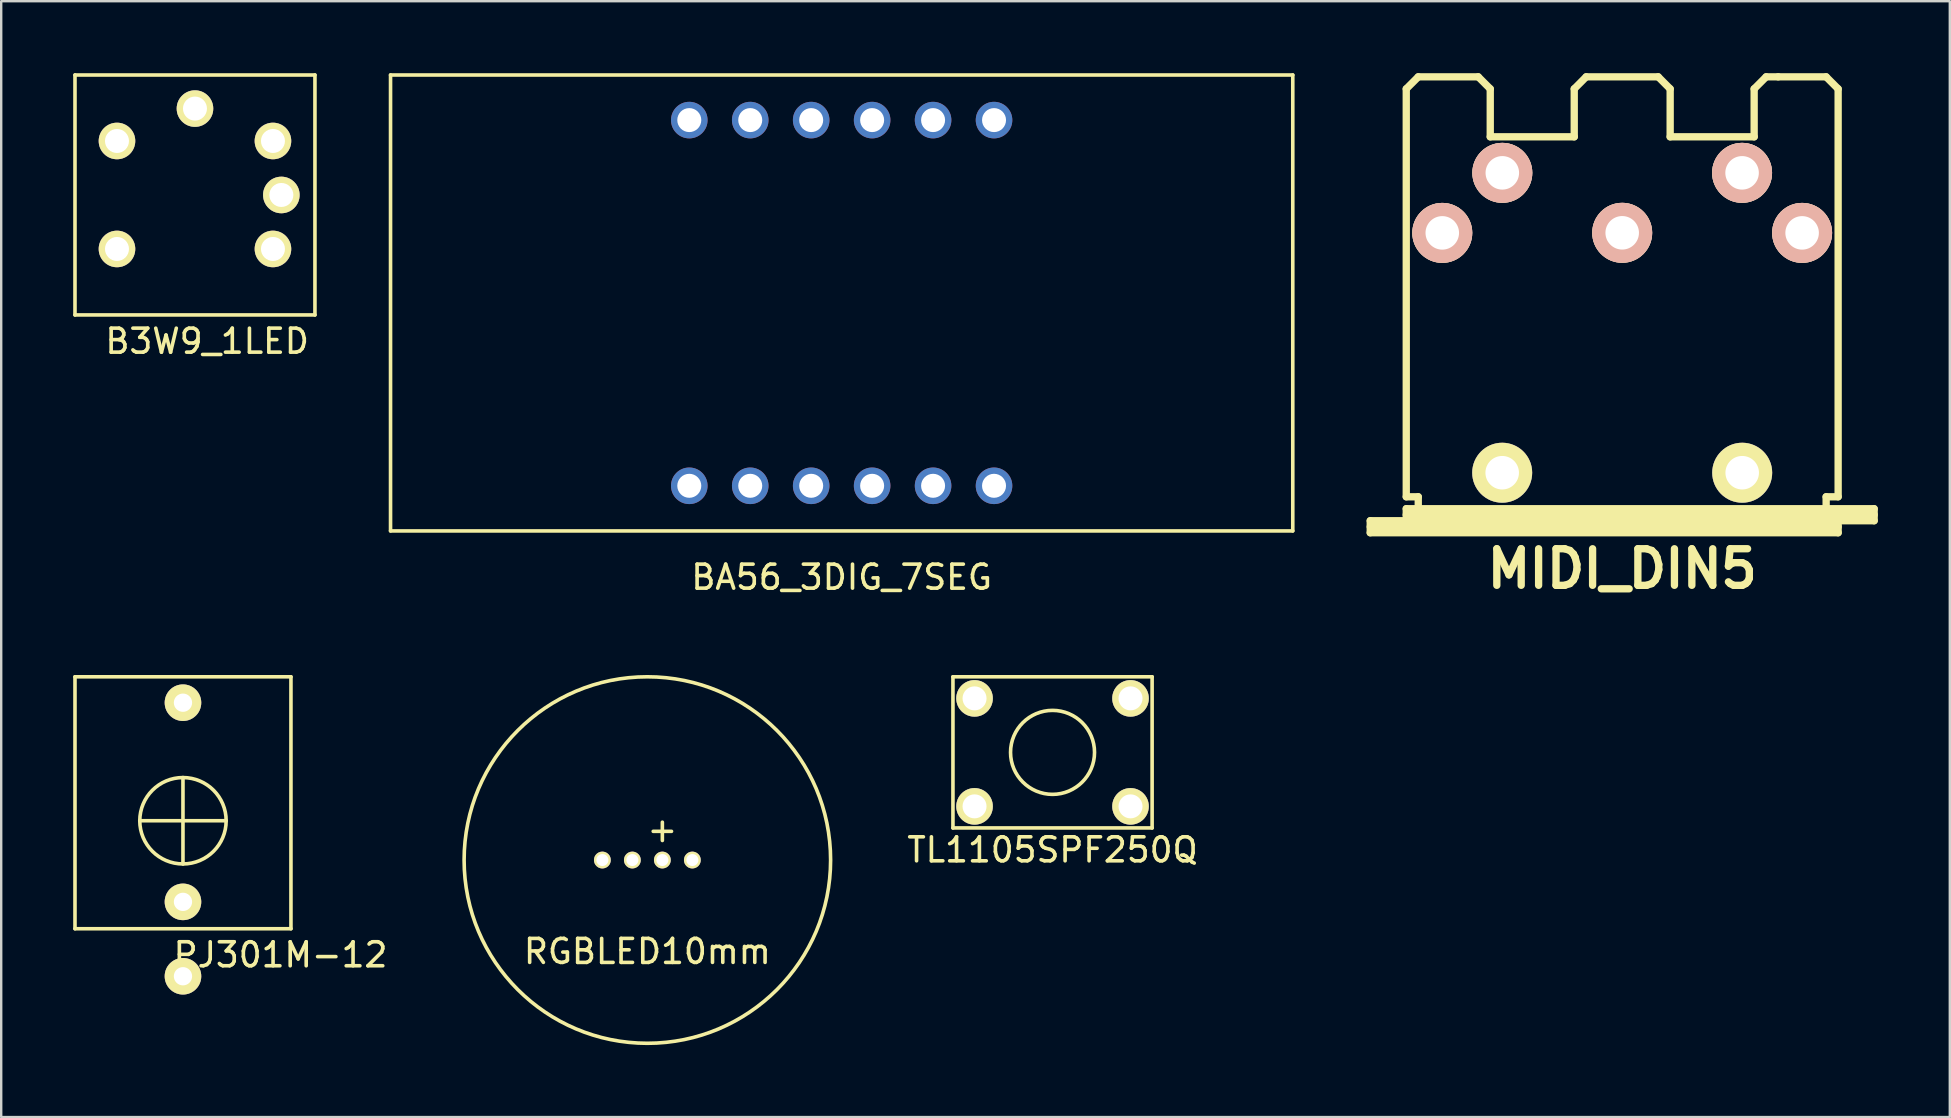
<source format=kicad_pcb>
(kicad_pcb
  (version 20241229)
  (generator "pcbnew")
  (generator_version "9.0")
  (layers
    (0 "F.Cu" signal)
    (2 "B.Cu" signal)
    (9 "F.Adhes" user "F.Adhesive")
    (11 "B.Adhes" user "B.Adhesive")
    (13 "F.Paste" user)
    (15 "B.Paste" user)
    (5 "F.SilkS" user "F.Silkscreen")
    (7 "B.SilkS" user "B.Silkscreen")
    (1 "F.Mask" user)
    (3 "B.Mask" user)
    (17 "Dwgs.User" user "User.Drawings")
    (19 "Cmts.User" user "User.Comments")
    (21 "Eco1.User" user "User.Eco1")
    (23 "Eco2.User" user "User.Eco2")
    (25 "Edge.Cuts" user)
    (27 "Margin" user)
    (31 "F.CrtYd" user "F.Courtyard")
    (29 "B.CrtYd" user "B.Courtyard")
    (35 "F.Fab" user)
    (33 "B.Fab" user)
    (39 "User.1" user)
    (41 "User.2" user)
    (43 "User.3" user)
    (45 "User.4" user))
  (footprint "TL1105SPF250Q"
    (layer "F.Cu")
    (at 40.813 28.304)
    (property "Reference" "TL1105SPF250Q" (at 0 4.064 0) (layer "F.SilkS") (effects (font (size 1 1) (thickness 0.15))))
    (attr through_hole)
    (fp_line (start -4.15 -3.15) (end -4.15 3.15) (stroke (width 0.15) (type solid)) (layer "F.SilkS"))
    (fp_line (start -4.15 -3.15) (end 4.15 -3.15) (stroke (width 0.15) (type solid)) (layer "F.SilkS"))
    (fp_line (start -4.15 3.15) (end 4.15 3.15) (stroke (width 0.15) (type solid)) (layer "F.SilkS"))
    (fp_line (start 4.15 -3.15) (end 4.15 3.15) (stroke (width 0.15) (type solid)) (layer "F.SilkS"))
    (fp_circle (center 0 0) (end 1.75 0) (stroke (width 0.15) (type solid)) (fill no) (layer "F.SilkS"))
    (pad "1" thru_hole circle (at -3.25 2.25) (size 1.524 1.524) (drill 1) (layers "*.Cu" "*.Mask" "F.SilkS"))
    (pad "2" thru_hole circle (at 3.25 2.25) (size 1.524 1.524) (drill 1) (layers "*.Cu" "*.Mask" "F.SilkS"))
    (pad "3" thru_hole circle (at -3.25 -2.25) (size 1.524 1.524) (drill 1) (layers "*.Cu" "*.Mask" "F.SilkS"))
    (pad "4" thru_hole circle (at 3.25 -2.25) (size 1.524 1.524) (drill 1) (layers "*.Cu" "*.Mask" "F.SilkS")))
  (footprint "MIDI_DIN5"
    (layer "F.Cu")
    (at 64.553 9.652)
    (property "Reference" "MIDI_DIN5" (at 0 11.001 0) (layer "F.SilkS") (effects (font (size 1.524 1.524) (thickness 0.305))))
    (attr through_hole)
    (fp_line (start -10.5 8.999) (end -8.999 8.999) (stroke (width 0.305) (type solid)) (layer "F.SilkS"))
    (fp_line (start -10.5 9.251) (end 8.999 9.251) (stroke (width 0.305) (type solid)) (layer "F.SilkS"))
    (fp_line (start -10.5 9.5) (end -10.5 8.999) (stroke (width 0.305) (type solid)) (layer "F.SilkS"))
    (fp_line (start -8.999 -8.999) (end -8.999 8.001) (stroke (width 0.305) (type solid)) (layer "F.SilkS"))
    (fp_line (start -8.999 -8.999) (end -8.499 -9.5) (stroke (width 0.305) (type solid)) (layer "F.SilkS"))
    (fp_line (start -8.999 8.001) (end -8.499 8.001) (stroke (width 0.305) (type solid)) (layer "F.SilkS"))
    (fp_line (start -8.999 8.499) (end 10.5 8.499) (stroke (width 0.305) (type solid)) (layer "F.SilkS"))
    (fp_line (start -8.999 8.75) (end 10.5 8.75) (stroke (width 0.305) (type solid)) (layer "F.SilkS"))
    (fp_line (start -8.999 8.999) (end -8.999 8.499) (stroke (width 0.305) (type solid)) (layer "F.SilkS"))
    (fp_line (start -8.499 -9.5) (end -5.999 -9.5) (stroke (width 0.305) (type solid)) (layer "F.SilkS"))
    (fp_line (start -8.499 8.001) (end -8.499 8.499) (stroke (width 0.305) (type solid)) (layer "F.SilkS"))
    (fp_line (start -5.999 -9.5) (end -5.499 -8.999) (stroke (width 0.305) (type solid)) (layer "F.SilkS"))
    (fp_line (start -5.499 -8.999) (end -5.499 -7) (stroke (width 0.305) (type solid)) (layer "F.SilkS"))
    (fp_line (start -5.499 -7) (end -1.999 -7) (stroke (width 0.305) (type solid)) (layer "F.SilkS"))
    (fp_line (start -1.999 -8.999) (end -1.999 -7) (stroke (width 0.305) (type solid)) (layer "F.SilkS"))
    (fp_line (start -1.501 -9.5) (end -1.999 -8.999) (stroke (width 0.305) (type solid)) (layer "F.SilkS"))
    (fp_line (start -1.501 -9.5) (end 1.501 -9.5) (stroke (width 0.305) (type solid)) (layer "F.SilkS"))
    (fp_line (start 1.501 -9.5) (end 1.999 -8.999) (stroke (width 0.305) (type solid)) (layer "F.SilkS"))
    (fp_line (start 1.999 -8.999) (end 1.999 -7) (stroke (width 0.305) (type solid)) (layer "F.SilkS"))
    (fp_line (start 5.499 -8.999) (end 5.499 -7) (stroke (width 0.305) (type solid)) (layer "F.SilkS"))
    (fp_line (start 5.499 -7) (end 1.999 -7) (stroke (width 0.305) (type solid)) (layer "F.SilkS"))
    (fp_line (start 5.999 -9.5) (end 5.499 -8.999) (stroke (width 0.305) (type solid)) (layer "F.SilkS"))
    (fp_line (start 6.5 -9.5) (end 5.999 -9.5) (stroke (width 0.305) (type solid)) (layer "F.SilkS"))
    (fp_line (start 8.499 -9.5) (end 6.5 -9.5) (stroke (width 0.305) (type solid)) (layer "F.SilkS"))
    (fp_line (start 8.499 8.499) (end 8.499 8.001) (stroke (width 0.305) (type solid)) (layer "F.SilkS"))
    (fp_line (start 8.999 -8.999) (end 8.499 -9.5) (stroke (width 0.305) (type solid)) (layer "F.SilkS"))
    (fp_line (start 8.999 -8.999) (end 8.999 8.001) (stroke (width 0.305) (type solid)) (layer "F.SilkS"))
    (fp_line (start 8.999 8.001) (end 8.499 8.001) (stroke (width 0.305) (type solid)) (layer "F.SilkS"))
    (fp_line (start 8.999 8.999) (end -8.999 8.999) (stroke (width 0.305) (type solid)) (layer "F.SilkS"))
    (fp_line (start 8.999 8.999) (end 8.999 9.5) (stroke (width 0.305) (type solid)) (layer "F.SilkS"))
    (fp_line (start 8.999 9.5) (end -10.5 9.5) (stroke (width 0.305) (type solid)) (layer "F.SilkS"))
    (fp_line (start 10.5 8.499) (end 10.5 8.999) (stroke (width 0.305) (type solid)) (layer "F.SilkS"))
    (fp_line (start 10.5 8.999) (end 8.999 8.999) (stroke (width 0.305) (type solid)) (layer "F.SilkS"))
    (pad "" np_thru_hole circle (at -5.001 6.998) (size 2.499 2.499) (drill 1.397) (layers "*.Cu" "*.Mask" "F.SilkS"))
    (pad "" np_thru_hole circle (at 5.001 6.998) (size 2.499 2.499) (drill 1.397) (layers "*.Cu" "*.Mask" "F.SilkS"))
    (pad "1" thru_hole circle (at 7.498 -2.997) (size 2.499 2.499) (drill 1.397) (layers "*.Cu" "*.SilkS" "*.Mask"))
    (pad "2" thru_hole circle (at 0 -3) (size 2.499 2.499) (drill 1.397) (layers "*.Cu" "*.SilkS" "*.Mask"))
    (pad "3" thru_hole circle (at -7.498 -2.997) (size 2.499 2.499) (drill 1.397) (layers "*.Cu" "*.SilkS" "*.Mask"))
    (pad "4" thru_hole circle (at 4.996 -5.499) (size 2.499 2.499) (drill 1.397) (layers "*.Cu" "*.SilkS" "*.Mask"))
    (pad "5" thru_hole circle (at -4.996 -5.499) (size 2.499 2.499) (drill 1.397) (layers "*.Cu" "*.SilkS" "*.Mask")))
  (footprint "RGBLED10mm"
    (layer "F.Cu")
    (at 23.928 32.791)
    (property "Reference" "RGBLED10mm" (at 0 3.81 0) (layer "F.SilkS") (effects (font (size 1 1) (thickness 0.15))))
    (attr through_hole)
    (fp_circle (center 0 0) (end 5.4 5.4) (stroke (width 0.15) (type solid)) (fill no) (layer "F.SilkS"))
    (fp_text user "+" (at 0.625 -1.27 0) (layer "F.SilkS") (effects (font (size 1 1) (thickness 0.15))))
    (pad "1" thru_hole circle (at 0.625 0) (size 0.7 0.7) (drill 0.5) (layers "*.Cu" "*.Mask" "F.SilkS"))
    (pad "2" thru_hole circle (at 1.875 0) (size 0.7 0.7) (drill 0.5) (layers "*.Cu" "*.Mask" "F.SilkS"))
    (pad "3" thru_hole circle (at -0.625 0) (size 0.7 0.7) (drill 0.5) (layers "*.Cu" "*.Mask" "F.SilkS"))
    (pad "4" thru_hole circle (at -1.875 0) (size 0.7 0.7) (drill 0.5) (layers "*.Cu" "*.Mask" "F.SilkS")))
  (footprint "B3W9_1LED"
    (layer "F.Cu")
    (at 5.075 5.075)
    (property "Reference" "B3W9_1LED" (at 0.508 6.096 0) (layer "F.SilkS") (effects (font (size 1 1) (thickness 0.15))))
    (attr through_hole)
    (fp_line (start -5 -5) (end 5 -5) (stroke (width 0.15) (type solid)) (layer "F.SilkS"))
    (fp_line (start -5 5) (end -5 -5) (stroke (width 0.15) (type solid)) (layer "F.SilkS"))
    (fp_line (start 5 -5) (end 5 5) (stroke (width 0.15) (type solid)) (layer "F.SilkS"))
    (fp_line (start 5 5) (end -5 5) (stroke (width 0.15) (type solid)) (layer "F.SilkS"))
    (pad "1" thru_hole circle (at 3.25 2.25) (size 1.524 1.524) (drill 1) (layers "*.Cu" "*.Mask" "F.SilkS"))
    (pad "2" thru_hole circle (at -3.25 2.25) (size 1.524 1.524) (drill 1) (layers "*.Cu" "*.Mask" "F.SilkS"))
    (pad "3" thru_hole circle (at 3.25 -2.25) (size 1.524 1.524) (drill 1) (layers "*.Cu" "*.Mask" "F.SilkS"))
    (pad "4" thru_hole circle (at -3.25 -2.25) (size 1.524 1.524) (drill 1) (layers "*.Cu" "*.Mask" "F.SilkS"))
    (pad "L+" thru_hole circle (at 0 -3.6) (size 1.524 1.524) (drill 1) (layers "*.Cu" "*.Mask" "F.SilkS"))
    (pad "L-" thru_hole circle (at 3.6 0) (size 1.524 1.524) (drill 1) (layers "*.Cu" "*.Mask" "F.SilkS")))
  (footprint "BA56_3DIG_7SEG"
    (layer "F.Cu")
    (at 32.025 9.575)
    (property "Reference" "BA56_3DIG_7SEG" (at 0 11.43 0) (layer "F.SilkS") (effects (font (size 1 1) (thickness 0.15))))
    (attr through_hole)
    (fp_line (start -18.8 -9.5) (end -18.8 9.5) (stroke (width 0.15) (type solid)) (layer "F.SilkS"))
    (fp_line (start -18.8 -9.5) (end 18.8 -9.5) (stroke (width 0.15) (type solid)) (layer "F.SilkS"))
    (fp_line (start -18.8 9.5) (end 18.8 9.5) (stroke (width 0.15) (type solid)) (layer "F.SilkS"))
    (fp_line (start 18.8 -9.5) (end 18.8 9.5) (stroke (width 0.15) (type solid)) (layer "F.SilkS"))
    (pad "1" thru_hole circle (at -6.35 7.62) (size 1.524 1.524) (drill 1) (layers "*.Cu" "*.Mask"))
    (pad "2" thru_hole circle (at -3.81 7.62) (size 1.524 1.524) (drill 1) (layers "*.Cu" "*.Mask"))
    (pad "3" thru_hole circle (at -1.27 7.62) (size 1.524 1.524) (drill 1) (layers "*.Cu" "*.Mask"))
    (pad "4" thru_hole circle (at 1.27 7.62) (size 1.524 1.524) (drill 1) (layers "*.Cu" "*.Mask"))
    (pad "5" thru_hole circle (at 3.81 7.62) (size 1.524 1.524) (drill 1) (layers "*.Cu" "*.Mask"))
    (pad "6" thru_hole circle (at 6.35 7.62) (size 1.524 1.524) (drill 1) (layers "*.Cu" "*.Mask"))
    (pad "7" thru_hole circle (at 6.35 -7.62) (size 1.524 1.524) (drill 1) (layers "*.Cu" "*.Mask"))
    (pad "8" thru_hole circle (at 3.81 -7.62) (size 1.524 1.524) (drill 1) (layers "*.Cu" "*.Mask"))
    (pad "9" thru_hole circle (at 1.27 -7.62) (size 1.524 1.524) (drill 1) (layers "*.Cu" "*.Mask"))
    (pad "10" thru_hole circle (at -1.27 -7.62) (size 1.524 1.524) (drill 1) (layers "*.Cu" "*.Mask"))
    (pad "11" thru_hole circle (at -3.81 -7.62) (size 1.524 1.524) (drill 1) (layers "*.Cu" "*.Mask"))
    (pad "12" thru_hole circle (at -6.35 -7.62) (size 1.524 1.524) (drill 1) (layers "*.Cu" "*.Mask")))
  (footprint "PJ301M-12"
    (layer "F.Cu")
    (at 4.575 31.154)
    (property "Reference" "PJ301M-12" (at 4.064 5.588 0) (layer "F.SilkS") (effects (font (size 1 1) (thickness 0.15))))
    (attr through_hole)
    (fp_line (start -4.5 -6) (end -4.5 4.5) (stroke (width 0.15) (type solid)) (layer "F.SilkS"))
    (fp_line (start -4.5 -6) (end 4.5 -6) (stroke (width 0.15) (type solid)) (layer "F.SilkS"))
    (fp_line (start -4.5 4.5) (end 4.5 4.5) (stroke (width 0.15) (type solid)) (layer "F.SilkS"))
    (fp_line (start -1.8 0) (end 1.8 0) (stroke (width 0.15) (type solid)) (layer "F.SilkS"))
    (fp_line (start 0 -1.8) (end 0 1.8) (stroke (width 0.15) (type solid)) (layer "F.SilkS"))
    (fp_line (start 4.5 -6) (end 4.5 4.5) (stroke (width 0.15) (type solid)) (layer "F.SilkS"))
    (fp_circle (center 0 0) (end 1.8 0) (stroke (width 0.15) (type solid)) (fill no) (layer "F.SilkS"))
    (pad "1" thru_hole circle (at 0 6.48) (size 1.524 1.524) (drill 0.762) (layers "*.Cu" "*.Mask" "F.SilkS"))
    (pad "2" thru_hole circle (at 0 3.38) (size 1.524 1.524) (drill 0.762) (layers "*.Cu" "*.Mask" "F.SilkS"))
    (pad "3" thru_hole circle (at 0 -4.92) (size 1.524 1.524) (drill 0.762) (layers "*.Cu" "*.Mask" "F.SilkS")))
  (gr_rect
    (start -3 -3)
    (end 78.206 43.503)
    (stroke (width 0.1) (type default))
    (fill no)
    (layer "Edge.Cuts")))
</source>
